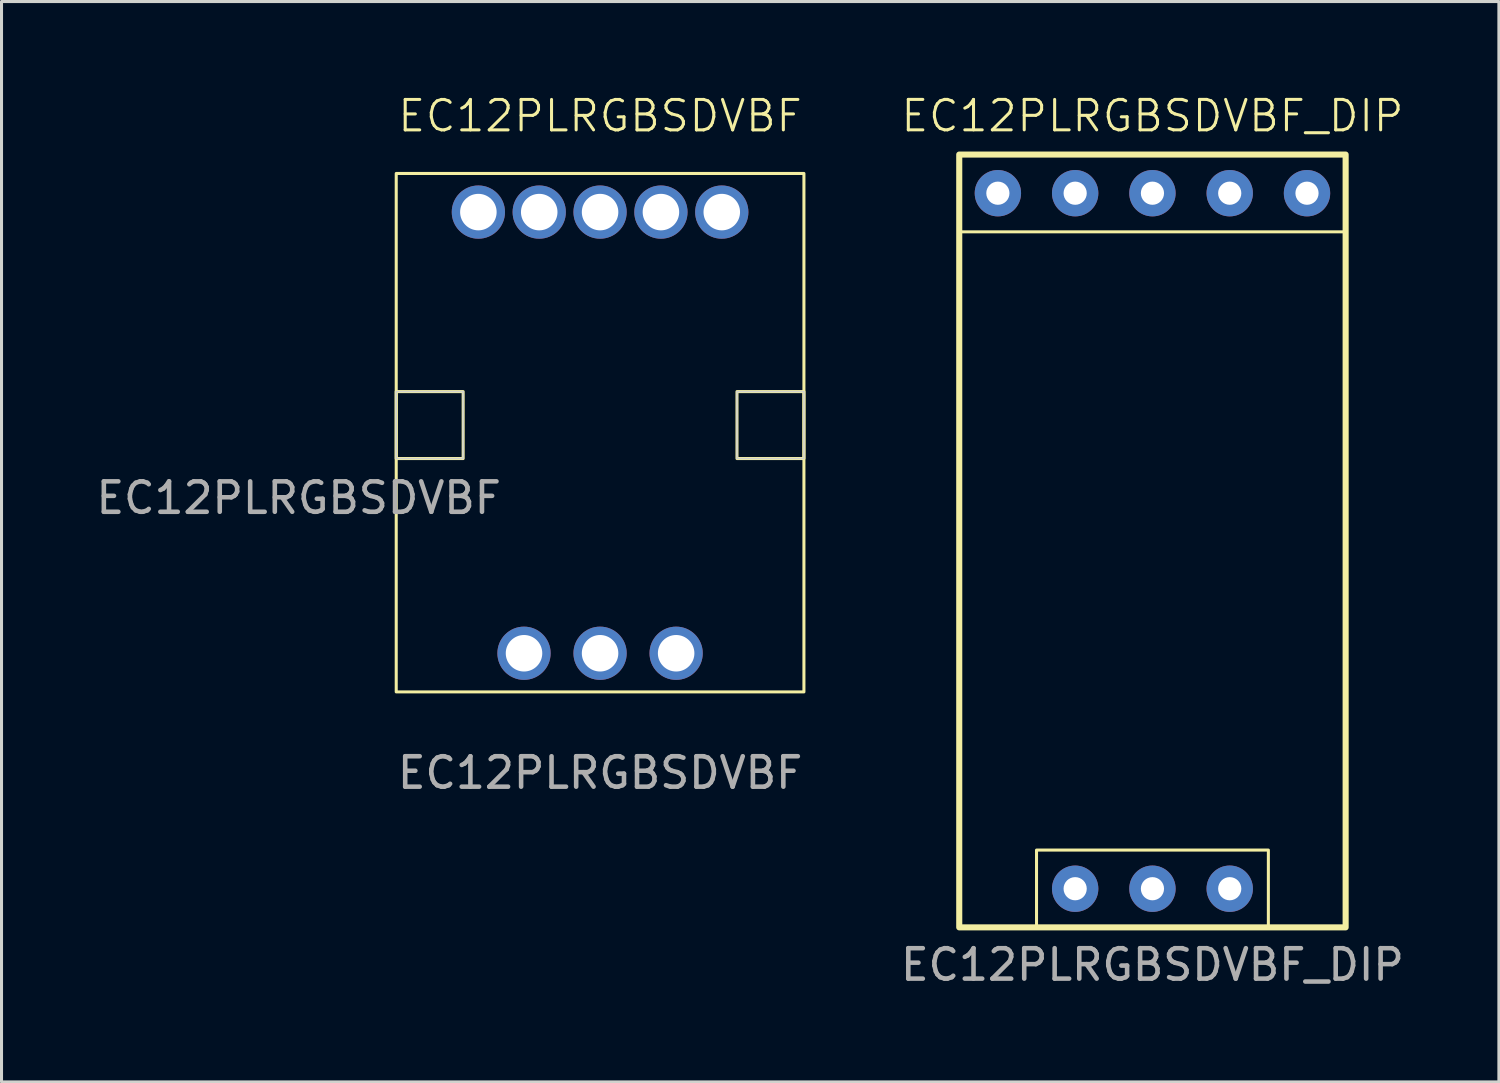
<source format=kicad_pcb>
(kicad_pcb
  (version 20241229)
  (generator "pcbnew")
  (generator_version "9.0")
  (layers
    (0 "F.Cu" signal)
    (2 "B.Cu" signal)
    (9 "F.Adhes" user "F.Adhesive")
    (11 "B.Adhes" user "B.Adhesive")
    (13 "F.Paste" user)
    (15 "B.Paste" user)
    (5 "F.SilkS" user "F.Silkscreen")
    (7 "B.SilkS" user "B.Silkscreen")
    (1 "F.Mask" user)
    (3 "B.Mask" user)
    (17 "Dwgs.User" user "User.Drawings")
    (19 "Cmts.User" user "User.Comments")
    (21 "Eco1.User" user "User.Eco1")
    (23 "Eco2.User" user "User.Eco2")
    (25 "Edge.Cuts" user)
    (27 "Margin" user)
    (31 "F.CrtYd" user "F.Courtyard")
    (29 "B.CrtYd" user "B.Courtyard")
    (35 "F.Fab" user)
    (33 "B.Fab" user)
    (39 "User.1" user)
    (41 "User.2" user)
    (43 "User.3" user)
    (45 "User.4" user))
  (footprint "EC12PLRGBSDVBF"
    (layer "F.Cu")
    (at 16.673 10.921)
    (property "Reference" "EC12PLRGBSDVBF" (at 0 -10.16 0) (unlocked yes) (layer "F.SilkS") (effects (font (size 1 1) (thickness 0.1))))
    (attr through_hole)
    (fp_rect (start -6.7 -8.27) (end 6.7 8.77) (stroke (width 0.1) (type default)) (fill no) (layer "F.SilkS"))
    (fp_rect (start -4.5 -1.1) (end -6.7 1.1) (stroke (width 0.1) (type default)) (fill no) (layer "F.SilkS"))
    (fp_rect (start 4.5 -1.1) (end 6.7 1.1) (stroke (width 0.1) (type default)) (fill no) (layer "F.SilkS"))
    (fp_rect (start -6.7 -1.1) (end -4.5 1.1) (stroke (width 0.05) (type default)) (fill no) (layer "Edge.Cuts"))
    (fp_rect (start 4.5 -1.1) (end 6.7 1.1) (stroke (width 0.05) (type default)) (fill no) (layer "Edge.Cuts"))
    (fp_text user "${REFERENCE}" (at 0 11.43 0) (unlocked yes) (layer "F.Fab") (effects (font (size 1 1) (thickness 0.15))))
    (fp_text user "${REFERENCE}" (at -9.905 2.395 0) (unlocked yes) (layer "F.Fab") (effects (font (size 1 1) (thickness 0.15))))
    (pad "1" thru_hole circle (at -4 -7) (size 1.75 1.75) (drill 1.2) (layers "*.Cu" "*.Mask"))
    (pad "2" thru_hole circle (at -2 -7) (size 1.75 1.75) (drill 1.2) (layers "*.Cu" "*.Mask"))
    (pad "3" thru_hole circle (at 0 -7) (size 1.75 1.75) (drill 1.2) (layers "*.Cu" "*.Mask"))
    (pad "4" thru_hole circle (at 2 -7) (size 1.75 1.75) (drill 1.2) (layers "*.Cu" "*.Mask"))
    (pad "5" thru_hole circle (at 4 -7) (size 1.75 1.75) (drill 1.2) (layers "*.Cu" "*.Mask"))
    (pad "6" thru_hole circle (at -2.5 7.5) (size 1.75 1.75) (drill 1.2) (layers "*.Cu" "*.Mask"))
    (pad "7" thru_hole circle (at 0 7.5) (size 1.75 1.75) (drill 1.2) (layers "*.Cu" "*.Mask"))
    (pad "8" thru_hole circle (at 2.5 7.5) (size 1.75 1.75) (drill 1.2) (layers "*.Cu" "*.Mask")))
  (footprint "EC12PLRGBSDVBF_DIP"
    (layer "F.Cu")
    (at 34.828 26.16)
    (property "Reference" "EC12PLRGBSDVBF_DIP" (at 0 -25.4 0) (unlocked yes) (layer "F.SilkS") (effects (font (size 1 1) (thickness 0.1))))
    (attr through_hole)
    (fp_rect (start -6.35 -24.13) (end 6.35 -21.59) (stroke (width 0.1) (type default)) (fill no) (layer "F.SilkS"))
    (fp_rect (start -6.35 -24.13) (end 6.35 1.27) (stroke (width 0.2) (type default)) (fill no) (layer "F.SilkS"))
    (fp_rect (start -3.81 -1.27) (end 3.81 1.27) (stroke (width 0.1) (type default)) (fill no) (layer "F.SilkS"))
    (fp_text user "${REFERENCE}" (at 0 2.5 0) (unlocked yes) (layer "F.Fab") (effects (font (size 1 1) (thickness 0.15))))
    (pad "1" thru_hole circle (at -5.08 -22.86) (size 1.524 1.524) (drill 0.762) (layers "*.Cu" "*.Mask"))
    (pad "2" thru_hole circle (at -2.54 -22.86) (size 1.524 1.524) (drill 0.762) (layers "*.Cu" "*.Mask"))
    (pad "3" thru_hole circle (at 0 -22.86) (size 1.524 1.524) (drill 0.762) (layers "*.Cu" "*.Mask"))
    (pad "4" thru_hole circle (at 2.54 -22.86) (size 1.524 1.524) (drill 0.762) (layers "*.Cu" "*.Mask"))
    (pad "5" thru_hole circle (at 5.08 -22.86) (size 1.524 1.524) (drill 0.762) (layers "*.Cu" "*.Mask"))
    (pad "6" thru_hole circle (at -2.54 0) (size 1.524 1.524) (drill 0.762) (layers "*.Cu" "*.Mask"))
    (pad "7" thru_hole circle (at 2.54 0) (size 1.524 1.524) (drill 0.762) (layers "*.Cu" "*.Mask"))
    (pad "8" thru_hole circle (at 0 0) (size 1.524 1.524) (drill 0.762) (layers "*.Cu" "*.Mask"))
    (zone (net_name "") (layer "F.SilkS") (hatch edge 0.5) (connect_pads) (min_thickness 0.25) (filled_areas_thickness no) (keepout (tracks allowed) (vias allowed) (pads allowed) (copperpour allowed) (footprints not_allowed)) (placement (enabled no)) (fill) (polygon (pts (xy 28.478 2.03) (xy 28.478 4.571) (xy 41.178 4.571) (xy 41.178 2.03))))
    (zone (net_name "") (layer "F.SilkS") (hatch edge 0.5) (connect_pads) (min_thickness 0.25) (filled_areas_thickness no) (keepout (tracks allowed) (vias allowed) (pads allowed) (copperpour allowed) (footprints not_allowed)) (placement (enabled no)) (fill) (polygon (pts (xy 31.018 24.89) (xy 38.638 24.89) (xy 38.638 27.43) (xy 31.018 27.43)))))
  (gr_rect
    (start -3 -3)
    (end 46.215 32.509)
    (stroke (width 0.1) (type default))
    (fill no)
    (layer "Edge.Cuts")))
</source>
